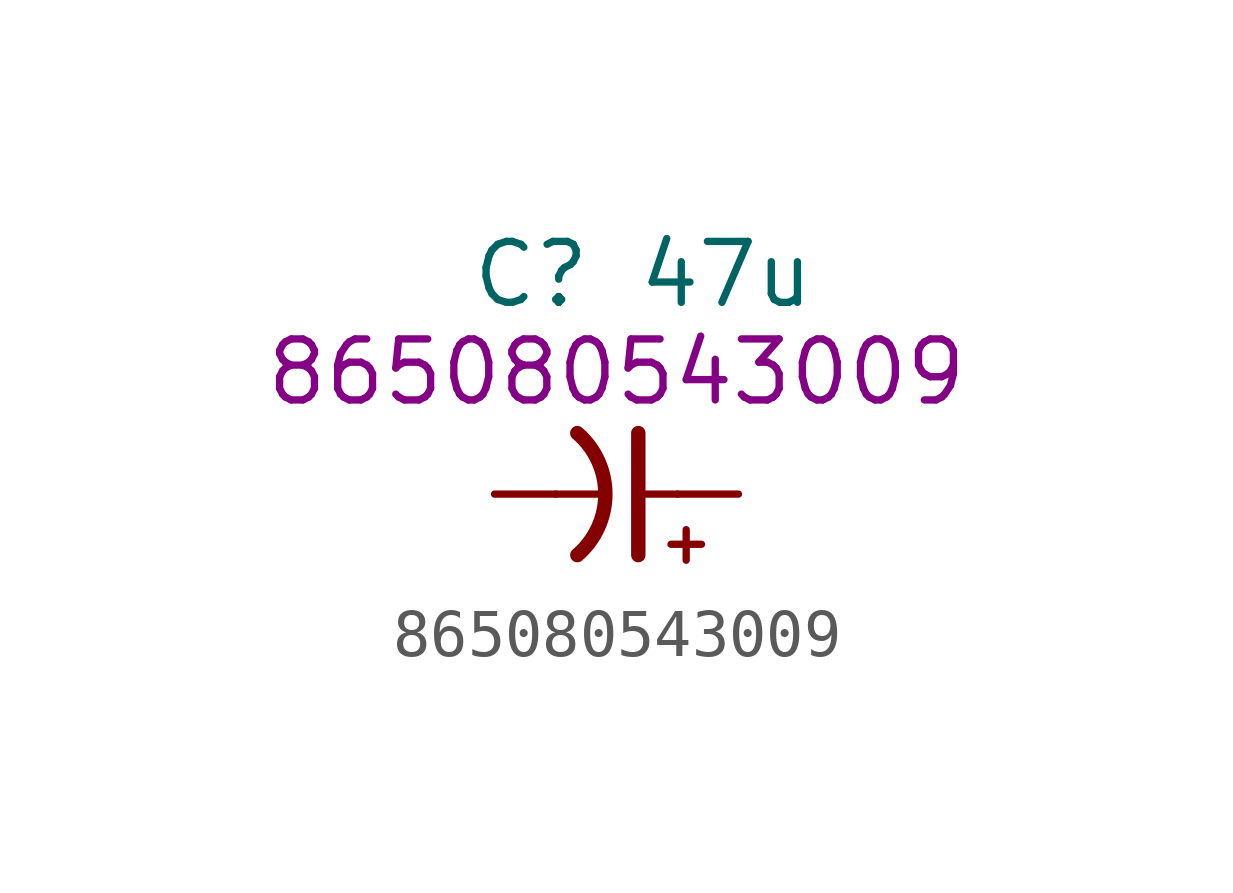
<source format=kicad_sym>
(kicad_symbol_lib
  (version 20231120)
  (generator "kicad_symbol_editor")
  (generator_version "8.0")
  (symbol "865080543009"
    (pin_numbers hide)
    (pin_names hide)
    (property "Reference" "C"
      (at 0.762 4.572 0)
      (effects (font (size 1.27 1.27))))
    (property "Value" "47u"
      (at 4.826 4.572 0)
      (effects (font (size 1.27 1.27))))
    (property "MPN" "865080543009"
      (at 2.54 2.54 0)
      (effects (font (size 1.27 1.27))))
    (symbol "865080543009_0_1"
      (polyline (pts (xy 2.335 0) (xy 1.27 0)) (stroke (width 0) (type default)) (fill (type none)))
      (polyline (pts (xy 2.994 1.27) (xy 2.994 -1.27)) (stroke (width 0.3) (type default)) (fill (type none)))
      (polyline (pts (xy 3.81 0) (xy 2.985 0)) (stroke (width 0) (type default)) (fill (type none)))
      (polyline (pts (xy 3.991 -0.741) (xy 3.991 -1.376)) (stroke (width 0) (type default)) (fill (type none)))
      (polyline (pts (xy 4.31 -1.045) (xy 3.675 -1.045)) (stroke (width 0) (type default)) (fill (type none)))
      (arc (start 1.724 -1.27) (mid 2.308 0) (end 1.724 1.27) (stroke (width 0.3) (type default)) (fill (type none))))
    (symbol "865080543009_1_1"
      (pin passive line (at 5.08 0 180) (length 1.27) (name "" (effects (font (size 1.27 1.27)))) (number "1" (effects (font (size 1.27 1.27)))))
      (pin passive line (at 0 0 0) (length 1.27) (name "" (effects (font (size 1.27 1.27)))) (number "2" (effects (font (size 1.27 1.27))))))))
</source>
